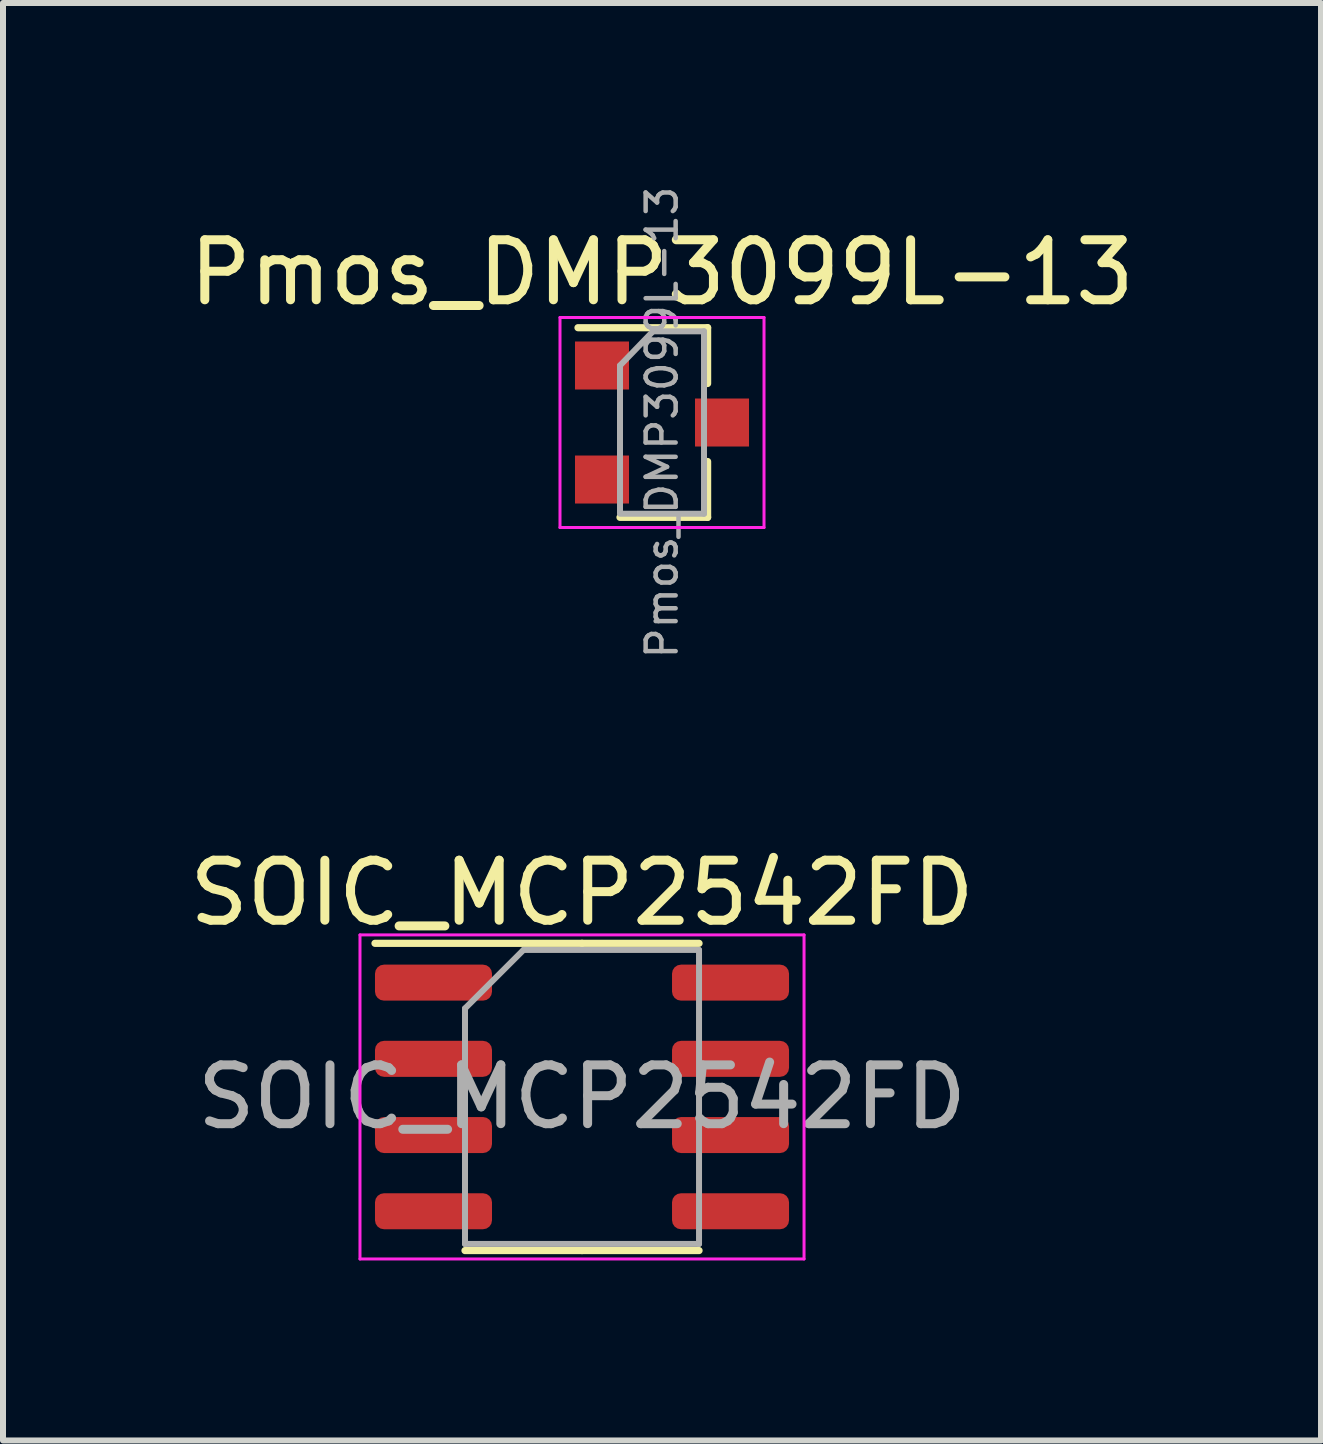
<source format=kicad_pcb>
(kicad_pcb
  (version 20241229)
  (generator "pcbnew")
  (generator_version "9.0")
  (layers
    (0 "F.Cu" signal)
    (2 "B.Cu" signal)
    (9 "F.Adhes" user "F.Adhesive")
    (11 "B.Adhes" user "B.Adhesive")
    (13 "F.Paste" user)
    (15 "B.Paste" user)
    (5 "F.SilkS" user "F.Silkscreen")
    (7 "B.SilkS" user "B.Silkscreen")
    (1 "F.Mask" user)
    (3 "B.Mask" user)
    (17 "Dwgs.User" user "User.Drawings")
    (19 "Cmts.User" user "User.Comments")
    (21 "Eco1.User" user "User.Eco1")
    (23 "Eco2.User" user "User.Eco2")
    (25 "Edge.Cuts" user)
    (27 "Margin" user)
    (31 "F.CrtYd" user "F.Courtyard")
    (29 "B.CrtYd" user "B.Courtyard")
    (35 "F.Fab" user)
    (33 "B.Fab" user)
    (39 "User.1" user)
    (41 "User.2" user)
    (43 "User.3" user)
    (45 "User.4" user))
  (footprint "SOIC_MCP2542FD"
    (layer "F.Cu")
    (at 6.649 15.23)
    (property "Reference" "SOIC_MCP2542FD" (at 0 -3.4 0) (layer "F.SilkS") (effects (font (size 1 1) (thickness 0.15))))
    (attr smd)
    (fp_line (start 0 -2.56) (end -3.45 -2.56) (stroke (width 0.12) (type solid)) (layer "F.SilkS"))
    (fp_line (start 0 -2.56) (end 1.95 -2.56) (stroke (width 0.12) (type solid)) (layer "F.SilkS"))
    (fp_line (start 0 2.56) (end -1.95 2.56) (stroke (width 0.12) (type solid)) (layer "F.SilkS"))
    (fp_line (start 0 2.56) (end 1.95 2.56) (stroke (width 0.12) (type solid)) (layer "F.SilkS"))
    (fp_line (start -3.7 -2.7) (end -3.7 2.7) (stroke (width 0.05) (type solid)) (layer "F.CrtYd"))
    (fp_line (start -3.7 2.7) (end 3.7 2.7) (stroke (width 0.05) (type solid)) (layer "F.CrtYd"))
    (fp_line (start 3.7 -2.7) (end -3.7 -2.7) (stroke (width 0.05) (type solid)) (layer "F.CrtYd"))
    (fp_line (start 3.7 2.7) (end 3.7 -2.7) (stroke (width 0.05) (type solid)) (layer "F.CrtYd"))
    (fp_line (start -1.95 -1.475) (end -0.975 -2.45) (stroke (width 0.1) (type solid)) (layer "F.Fab"))
    (fp_line (start -1.95 2.45) (end -1.95 -1.475) (stroke (width 0.1) (type solid)) (layer "F.Fab"))
    (fp_line (start -0.975 -2.45) (end 1.95 -2.45) (stroke (width 0.1) (type solid)) (layer "F.Fab"))
    (fp_line (start 1.95 -2.45) (end 1.95 2.45) (stroke (width 0.1) (type solid)) (layer "F.Fab"))
    (fp_line (start 1.95 2.45) (end -1.95 2.45) (stroke (width 0.1) (type solid)) (layer "F.Fab"))
    (fp_text user "${REFERENCE}" (at 0 0 0) (layer "F.Fab") (effects (font (size 0.98 0.98) (thickness 0.15))))
    (pad "1" smd roundrect (at -2.475 -1.905) (size 1.95 0.6) (layers "F.Cu" "F.Mask" "F.Paste") (roundrect_rratio 0.25))
    (pad "2" smd roundrect (at -2.475 -0.635) (size 1.95 0.6) (layers "F.Cu" "F.Mask" "F.Paste") (roundrect_rratio 0.25))
    (pad "3" smd roundrect (at -2.475 0.635) (size 1.95 0.6) (layers "F.Cu" "F.Mask" "F.Paste") (roundrect_rratio 0.25))
    (pad "4" smd roundrect (at -2.475 1.905) (size 1.95 0.6) (layers "F.Cu" "F.Mask" "F.Paste") (roundrect_rratio 0.25))
    (pad "5" smd roundrect (at 2.475 1.905) (size 1.95 0.6) (layers "F.Cu" "F.Mask" "F.Paste") (roundrect_rratio 0.25))
    (pad "6" smd roundrect (at 2.475 0.635) (size 1.95 0.6) (layers "F.Cu" "F.Mask" "F.Paste") (roundrect_rratio 0.25))
    (pad "7" smd roundrect (at 2.475 -0.635) (size 1.95 0.6) (layers "F.Cu" "F.Mask" "F.Paste") (roundrect_rratio 0.25))
    (pad "8" smd roundrect (at 2.475 -1.905) (size 1.95 0.6) (layers "F.Cu" "F.Mask" "F.Paste") (roundrect_rratio 0.25)))
  (footprint "Pmos_DMP3099L-13"
    (layer "F.Cu")
    (at 7.982 3.991)
    (property "Reference" "Pmos_DMP3099L-13" (at 0 -2.5 0) (layer "F.SilkS") (effects (font (size 1 1) (thickness 0.15))))
    (attr smd)
    (fp_line (start 0.76 -1.58) (end -1.4 -1.58) (stroke (width 0.12) (type solid)) (layer "F.SilkS"))
    (fp_line (start 0.76 -1.58) (end 0.76 -0.65) (stroke (width 0.12) (type solid)) (layer "F.SilkS"))
    (fp_line (start 0.76 1.58) (end -0.7 1.58) (stroke (width 0.12) (type solid)) (layer "F.SilkS"))
    (fp_line (start 0.76 1.58) (end 0.76 0.65) (stroke (width 0.12) (type solid)) (layer "F.SilkS"))
    (fp_line (start -1.7 -1.75) (end 1.7 -1.75) (stroke (width 0.05) (type solid)) (layer "F.CrtYd"))
    (fp_line (start -1.7 1.75) (end -1.7 -1.75) (stroke (width 0.05) (type solid)) (layer "F.CrtYd"))
    (fp_line (start 1.7 -1.75) (end 1.7 1.75) (stroke (width 0.05) (type solid)) (layer "F.CrtYd"))
    (fp_line (start 1.7 1.75) (end -1.7 1.75) (stroke (width 0.05) (type solid)) (layer "F.CrtYd"))
    (fp_line (start -0.7 -0.95) (end -0.7 1.5) (stroke (width 0.1) (type solid)) (layer "F.Fab"))
    (fp_line (start -0.7 -0.95) (end -0.15 -1.52) (stroke (width 0.1) (type solid)) (layer "F.Fab"))
    (fp_line (start -0.7 1.52) (end 0.7 1.52) (stroke (width 0.1) (type solid)) (layer "F.Fab"))
    (fp_line (start -0.15 -1.52) (end 0.7 -1.52) (stroke (width 0.1) (type solid)) (layer "F.Fab"))
    (fp_line (start 0.7 -1.52) (end 0.7 1.52) (stroke (width 0.1) (type solid)) (layer "F.Fab"))
    (fp_text user "${REFERENCE}" (at 0 0 90) (layer "F.Fab") (effects (font (size 0.5 0.5) (thickness 0.075))))
    (pad "1" smd rect (at -1 -0.95) (size 0.9 0.8) (layers "F.Cu" "F.Mask" "F.Paste"))
    (pad "2" smd rect (at -1 0.95) (size 0.9 0.8) (layers "F.Cu" "F.Mask" "F.Paste"))
    (pad "3" smd rect (at 1 0) (size 0.9 0.8) (layers "F.Cu" "F.Mask" "F.Paste")))
  (gr_rect
    (start -3 -3)
    (end 18.964 20.955)
    (stroke (width 0.1) (type default))
    (fill no)
    (layer "Edge.Cuts")))
</source>
